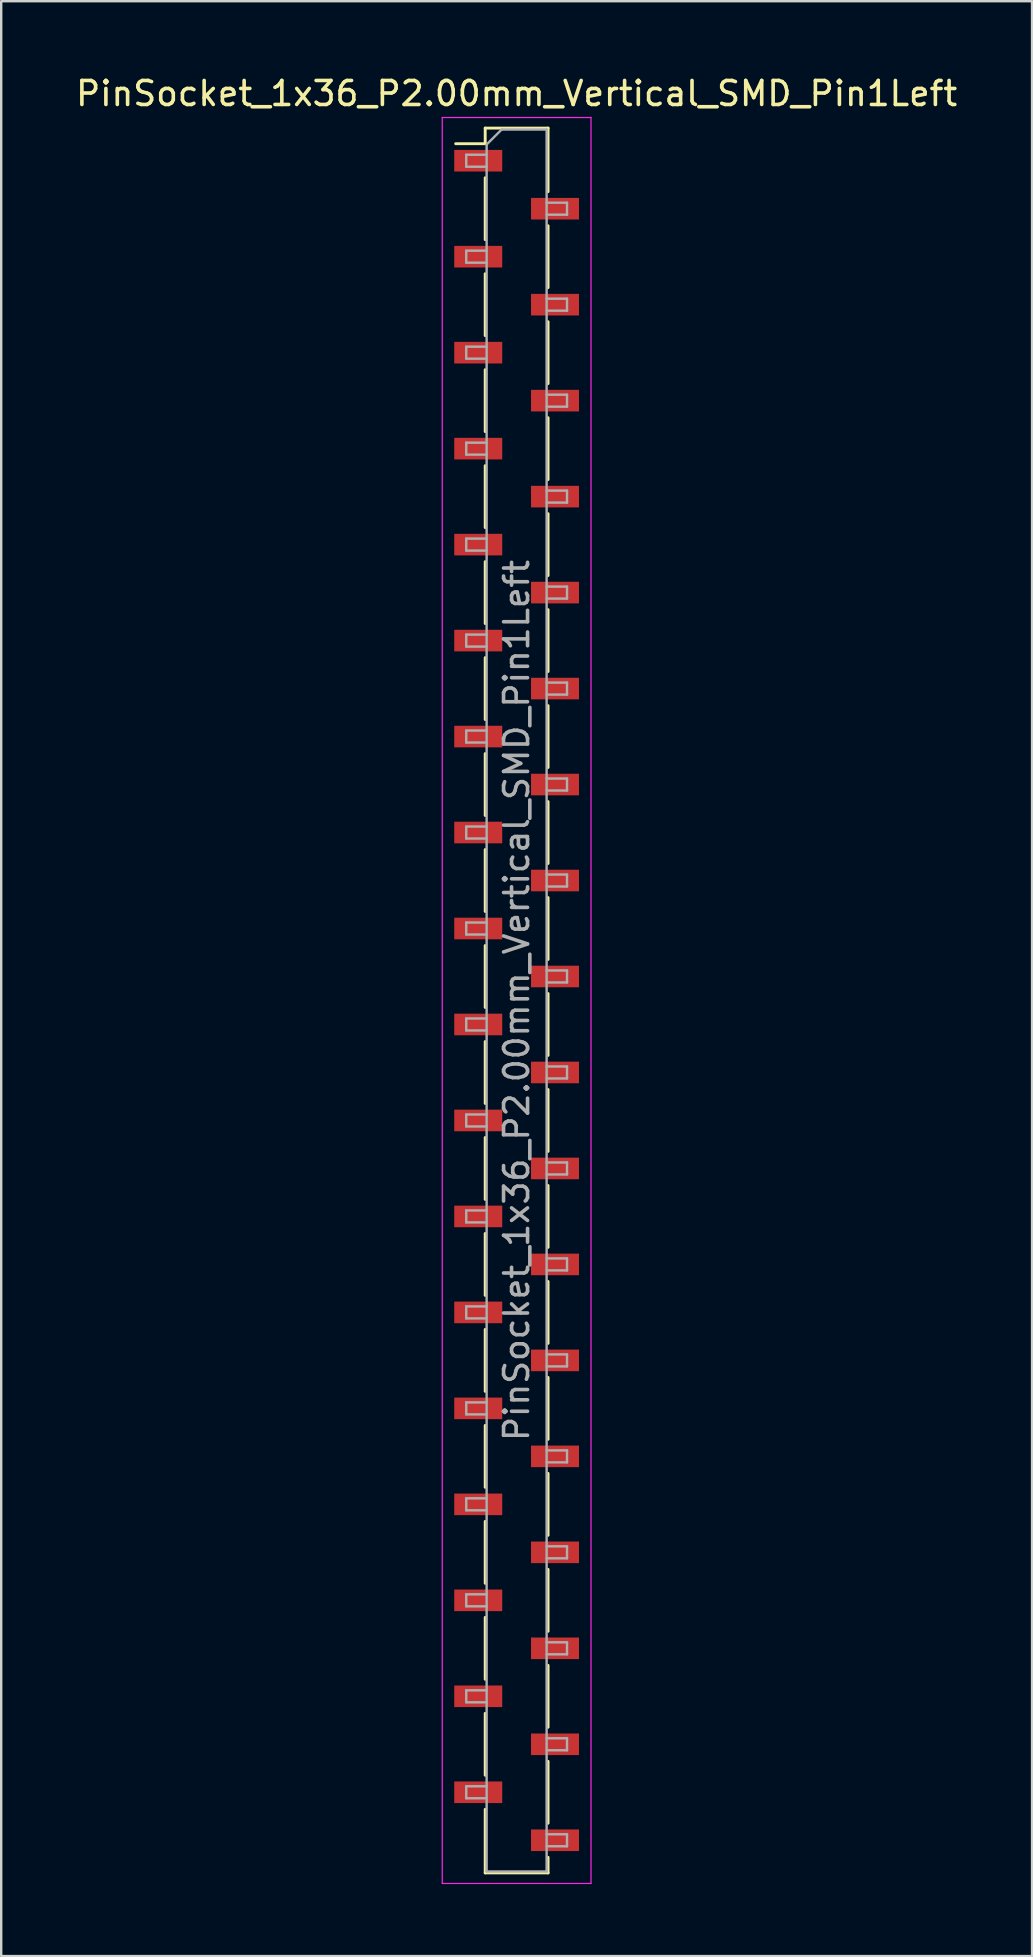
<source format=kicad_pcb>
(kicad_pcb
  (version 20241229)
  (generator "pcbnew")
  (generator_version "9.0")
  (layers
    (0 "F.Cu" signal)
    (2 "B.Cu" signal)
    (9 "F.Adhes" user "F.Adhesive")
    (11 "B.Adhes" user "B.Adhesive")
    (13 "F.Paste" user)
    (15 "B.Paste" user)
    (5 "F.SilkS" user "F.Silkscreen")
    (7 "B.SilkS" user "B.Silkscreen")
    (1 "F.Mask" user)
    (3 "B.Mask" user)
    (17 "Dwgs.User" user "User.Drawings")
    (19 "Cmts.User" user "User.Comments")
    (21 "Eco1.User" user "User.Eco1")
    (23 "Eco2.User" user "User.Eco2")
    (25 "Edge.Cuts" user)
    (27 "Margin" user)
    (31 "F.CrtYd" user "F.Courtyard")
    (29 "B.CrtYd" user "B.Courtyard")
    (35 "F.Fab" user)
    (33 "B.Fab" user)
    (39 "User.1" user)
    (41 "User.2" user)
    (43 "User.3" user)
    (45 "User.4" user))
  (footprint "PinSocket_1x36_P2.00mm_Vertical_SMD_Pin1Left"
    (layer "F.Cu")
    (at 18.482 38.648)
    (property "Reference" "PinSocket_1x36_P2.00mm_Vertical_SMD_Pin1Left" (at 0 -37.8 0) (layer "F.SilkS") (effects (font (size 1 1) (thickness 0.15))))
    (attr smd)
    (fp_line (start -2.54 -35.71) (end -1.31 -35.71) (stroke (width 0.12) (type solid)) (layer "F.SilkS"))
    (fp_line (start -1.31 -36.36) (end -1.31 -35.71) (stroke (width 0.12) (type solid)) (layer "F.SilkS"))
    (fp_line (start -1.31 -36.36) (end 1.31 -36.36) (stroke (width 0.12) (type solid)) (layer "F.SilkS"))
    (fp_line (start -1.31 -34.29) (end -1.31 -31.71) (stroke (width 0.12) (type solid)) (layer "F.SilkS"))
    (fp_line (start -1.31 -30.29) (end -1.31 -27.71) (stroke (width 0.12) (type solid)) (layer "F.SilkS"))
    (fp_line (start -1.31 -26.29) (end -1.31 -23.71) (stroke (width 0.12) (type solid)) (layer "F.SilkS"))
    (fp_line (start -1.31 -22.29) (end -1.31 -19.71) (stroke (width 0.12) (type solid)) (layer "F.SilkS"))
    (fp_line (start -1.31 -18.29) (end -1.31 -15.71) (stroke (width 0.12) (type solid)) (layer "F.SilkS"))
    (fp_line (start -1.31 -14.29) (end -1.31 -11.71) (stroke (width 0.12) (type solid)) (layer "F.SilkS"))
    (fp_line (start -1.31 -10.29) (end -1.31 -7.71) (stroke (width 0.12) (type solid)) (layer "F.SilkS"))
    (fp_line (start -1.31 -6.29) (end -1.31 -3.71) (stroke (width 0.12) (type solid)) (layer "F.SilkS"))
    (fp_line (start -1.31 -2.29) (end -1.31 0.29) (stroke (width 0.12) (type solid)) (layer "F.SilkS"))
    (fp_line (start -1.31 1.71) (end -1.31 4.29) (stroke (width 0.12) (type solid)) (layer "F.SilkS"))
    (fp_line (start -1.31 5.71) (end -1.31 8.29) (stroke (width 0.12) (type solid)) (layer "F.SilkS"))
    (fp_line (start -1.31 9.71) (end -1.31 12.29) (stroke (width 0.12) (type solid)) (layer "F.SilkS"))
    (fp_line (start -1.31 13.71) (end -1.31 16.29) (stroke (width 0.12) (type solid)) (layer "F.SilkS"))
    (fp_line (start -1.31 17.71) (end -1.31 20.29) (stroke (width 0.12) (type solid)) (layer "F.SilkS"))
    (fp_line (start -1.31 21.71) (end -1.31 24.29) (stroke (width 0.12) (type solid)) (layer "F.SilkS"))
    (fp_line (start -1.31 25.71) (end -1.31 28.29) (stroke (width 0.12) (type solid)) (layer "F.SilkS"))
    (fp_line (start -1.31 29.71) (end -1.31 32.29) (stroke (width 0.12) (type solid)) (layer "F.SilkS"))
    (fp_line (start -1.31 33.71) (end -1.31 36.36) (stroke (width 0.12) (type solid)) (layer "F.SilkS"))
    (fp_line (start -1.31 36.36) (end 1.31 36.36) (stroke (width 0.12) (type solid)) (layer "F.SilkS"))
    (fp_line (start 1.31 -36.36) (end 1.31 -33.71) (stroke (width 0.12) (type solid)) (layer "F.SilkS"))
    (fp_line (start 1.31 -32.29) (end 1.31 -29.71) (stroke (width 0.12) (type solid)) (layer "F.SilkS"))
    (fp_line (start 1.31 -28.29) (end 1.31 -25.71) (stroke (width 0.12) (type solid)) (layer "F.SilkS"))
    (fp_line (start 1.31 -24.29) (end 1.31 -21.71) (stroke (width 0.12) (type solid)) (layer "F.SilkS"))
    (fp_line (start 1.31 -20.29) (end 1.31 -17.71) (stroke (width 0.12) (type solid)) (layer "F.SilkS"))
    (fp_line (start 1.31 -16.29) (end 1.31 -13.71) (stroke (width 0.12) (type solid)) (layer "F.SilkS"))
    (fp_line (start 1.31 -12.29) (end 1.31 -9.71) (stroke (width 0.12) (type solid)) (layer "F.SilkS"))
    (fp_line (start 1.31 -8.29) (end 1.31 -5.71) (stroke (width 0.12) (type solid)) (layer "F.SilkS"))
    (fp_line (start 1.31 -4.29) (end 1.31 -1.71) (stroke (width 0.12) (type solid)) (layer "F.SilkS"))
    (fp_line (start 1.31 -0.29) (end 1.31 2.29) (stroke (width 0.12) (type solid)) (layer "F.SilkS"))
    (fp_line (start 1.31 3.71) (end 1.31 6.29) (stroke (width 0.12) (type solid)) (layer "F.SilkS"))
    (fp_line (start 1.31 7.71) (end 1.31 10.29) (stroke (width 0.12) (type solid)) (layer "F.SilkS"))
    (fp_line (start 1.31 11.71) (end 1.31 14.29) (stroke (width 0.12) (type solid)) (layer "F.SilkS"))
    (fp_line (start 1.31 15.71) (end 1.31 18.29) (stroke (width 0.12) (type solid)) (layer "F.SilkS"))
    (fp_line (start 1.31 19.71) (end 1.31 22.29) (stroke (width 0.12) (type solid)) (layer "F.SilkS"))
    (fp_line (start 1.31 23.71) (end 1.31 26.29) (stroke (width 0.12) (type solid)) (layer "F.SilkS"))
    (fp_line (start 1.31 27.71) (end 1.31 30.29) (stroke (width 0.12) (type solid)) (layer "F.SilkS"))
    (fp_line (start 1.31 31.71) (end 1.31 34.29) (stroke (width 0.12) (type solid)) (layer "F.SilkS"))
    (fp_line (start 1.31 35.71) (end 1.31 36.36) (stroke (width 0.12) (type solid)) (layer "F.SilkS"))
    (fp_line (start -3.1 -36.8) (end 3.1 -36.8) (stroke (width 0.05) (type solid)) (layer "F.CrtYd"))
    (fp_line (start -3.1 36.8) (end -3.1 -36.8) (stroke (width 0.05) (type solid)) (layer "F.CrtYd"))
    (fp_line (start 3.1 -36.8) (end 3.1 36.8) (stroke (width 0.05) (type solid)) (layer "F.CrtYd"))
    (fp_line (start 3.1 36.8) (end -3.1 36.8) (stroke (width 0.05) (type solid)) (layer "F.CrtYd"))
    (fp_line (start -2.1 -35.25) (end -1.25 -35.25) (stroke (width 0.1) (type solid)) (layer "F.Fab"))
    (fp_line (start -2.1 -34.75) (end -2.1 -35.25) (stroke (width 0.1) (type solid)) (layer "F.Fab"))
    (fp_line (start -2.1 -31.25) (end -1.25 -31.25) (stroke (width 0.1) (type solid)) (layer "F.Fab"))
    (fp_line (start -2.1 -30.75) (end -2.1 -31.25) (stroke (width 0.1) (type solid)) (layer "F.Fab"))
    (fp_line (start -2.1 -27.25) (end -1.25 -27.25) (stroke (width 0.1) (type solid)) (layer "F.Fab"))
    (fp_line (start -2.1 -26.75) (end -2.1 -27.25) (stroke (width 0.1) (type solid)) (layer "F.Fab"))
    (fp_line (start -2.1 -23.25) (end -1.25 -23.25) (stroke (width 0.1) (type solid)) (layer "F.Fab"))
    (fp_line (start -2.1 -22.75) (end -2.1 -23.25) (stroke (width 0.1) (type solid)) (layer "F.Fab"))
    (fp_line (start -2.1 -19.25) (end -1.25 -19.25) (stroke (width 0.1) (type solid)) (layer "F.Fab"))
    (fp_line (start -2.1 -18.75) (end -2.1 -19.25) (stroke (width 0.1) (type solid)) (layer "F.Fab"))
    (fp_line (start -2.1 -15.25) (end -1.25 -15.25) (stroke (width 0.1) (type solid)) (layer "F.Fab"))
    (fp_line (start -2.1 -14.75) (end -2.1 -15.25) (stroke (width 0.1) (type solid)) (layer "F.Fab"))
    (fp_line (start -2.1 -11.25) (end -1.25 -11.25) (stroke (width 0.1) (type solid)) (layer "F.Fab"))
    (fp_line (start -2.1 -10.75) (end -2.1 -11.25) (stroke (width 0.1) (type solid)) (layer "F.Fab"))
    (fp_line (start -2.1 -7.25) (end -1.25 -7.25) (stroke (width 0.1) (type solid)) (layer "F.Fab"))
    (fp_line (start -2.1 -6.75) (end -2.1 -7.25) (stroke (width 0.1) (type solid)) (layer "F.Fab"))
    (fp_line (start -2.1 -3.25) (end -1.25 -3.25) (stroke (width 0.1) (type solid)) (layer "F.Fab"))
    (fp_line (start -2.1 -2.75) (end -2.1 -3.25) (stroke (width 0.1) (type solid)) (layer "F.Fab"))
    (fp_line (start -2.1 0.75) (end -1.25 0.75) (stroke (width 0.1) (type solid)) (layer "F.Fab"))
    (fp_line (start -2.1 1.25) (end -2.1 0.75) (stroke (width 0.1) (type solid)) (layer "F.Fab"))
    (fp_line (start -2.1 4.75) (end -1.25 4.75) (stroke (width 0.1) (type solid)) (layer "F.Fab"))
    (fp_line (start -2.1 5.25) (end -2.1 4.75) (stroke (width 0.1) (type solid)) (layer "F.Fab"))
    (fp_line (start -2.1 8.75) (end -1.25 8.75) (stroke (width 0.1) (type solid)) (layer "F.Fab"))
    (fp_line (start -2.1 9.25) (end -2.1 8.75) (stroke (width 0.1) (type solid)) (layer "F.Fab"))
    (fp_line (start -2.1 12.75) (end -1.25 12.75) (stroke (width 0.1) (type solid)) (layer "F.Fab"))
    (fp_line (start -2.1 13.25) (end -2.1 12.75) (stroke (width 0.1) (type solid)) (layer "F.Fab"))
    (fp_line (start -2.1 16.75) (end -1.25 16.75) (stroke (width 0.1) (type solid)) (layer "F.Fab"))
    (fp_line (start -2.1 17.25) (end -2.1 16.75) (stroke (width 0.1) (type solid)) (layer "F.Fab"))
    (fp_line (start -2.1 20.75) (end -1.25 20.75) (stroke (width 0.1) (type solid)) (layer "F.Fab"))
    (fp_line (start -2.1 21.25) (end -2.1 20.75) (stroke (width 0.1) (type solid)) (layer "F.Fab"))
    (fp_line (start -2.1 24.75) (end -1.25 24.75) (stroke (width 0.1) (type solid)) (layer "F.Fab"))
    (fp_line (start -2.1 25.25) (end -2.1 24.75) (stroke (width 0.1) (type solid)) (layer "F.Fab"))
    (fp_line (start -2.1 28.75) (end -1.25 28.75) (stroke (width 0.1) (type solid)) (layer "F.Fab"))
    (fp_line (start -2.1 29.25) (end -2.1 28.75) (stroke (width 0.1) (type solid)) (layer "F.Fab"))
    (fp_line (start -2.1 32.75) (end -1.25 32.75) (stroke (width 0.1) (type solid)) (layer "F.Fab"))
    (fp_line (start -2.1 33.25) (end -2.1 32.75) (stroke (width 0.1) (type solid)) (layer "F.Fab"))
    (fp_line (start -1.25 -35.675) (end -0.625 -36.3) (stroke (width 0.1) (type solid)) (layer "F.Fab"))
    (fp_line (start -1.25 -34.75) (end -2.1 -34.75) (stroke (width 0.1) (type solid)) (layer "F.Fab"))
    (fp_line (start -1.25 -30.75) (end -2.1 -30.75) (stroke (width 0.1) (type solid)) (layer "F.Fab"))
    (fp_line (start -1.25 -26.75) (end -2.1 -26.75) (stroke (width 0.1) (type solid)) (layer "F.Fab"))
    (fp_line (start -1.25 -22.75) (end -2.1 -22.75) (stroke (width 0.1) (type solid)) (layer "F.Fab"))
    (fp_line (start -1.25 -18.75) (end -2.1 -18.75) (stroke (width 0.1) (type solid)) (layer "F.Fab"))
    (fp_line (start -1.25 -14.75) (end -2.1 -14.75) (stroke (width 0.1) (type solid)) (layer "F.Fab"))
    (fp_line (start -1.25 -10.75) (end -2.1 -10.75) (stroke (width 0.1) (type solid)) (layer "F.Fab"))
    (fp_line (start -1.25 -6.75) (end -2.1 -6.75) (stroke (width 0.1) (type solid)) (layer "F.Fab"))
    (fp_line (start -1.25 -2.75) (end -2.1 -2.75) (stroke (width 0.1) (type solid)) (layer "F.Fab"))
    (fp_line (start -1.25 1.25) (end -2.1 1.25) (stroke (width 0.1) (type solid)) (layer "F.Fab"))
    (fp_line (start -1.25 5.25) (end -2.1 5.25) (stroke (width 0.1) (type solid)) (layer "F.Fab"))
    (fp_line (start -1.25 9.25) (end -2.1 9.25) (stroke (width 0.1) (type solid)) (layer "F.Fab"))
    (fp_line (start -1.25 13.25) (end -2.1 13.25) (stroke (width 0.1) (type solid)) (layer "F.Fab"))
    (fp_line (start -1.25 17.25) (end -2.1 17.25) (stroke (width 0.1) (type solid)) (layer "F.Fab"))
    (fp_line (start -1.25 21.25) (end -2.1 21.25) (stroke (width 0.1) (type solid)) (layer "F.Fab"))
    (fp_line (start -1.25 25.25) (end -2.1 25.25) (stroke (width 0.1) (type solid)) (layer "F.Fab"))
    (fp_line (start -1.25 29.25) (end -2.1 29.25) (stroke (width 0.1) (type solid)) (layer "F.Fab"))
    (fp_line (start -1.25 33.25) (end -2.1 33.25) (stroke (width 0.1) (type solid)) (layer "F.Fab"))
    (fp_line (start -1.25 36.3) (end -1.25 -35.675) (stroke (width 0.1) (type solid)) (layer "F.Fab"))
    (fp_line (start -0.625 -36.3) (end 1.25 -36.3) (stroke (width 0.1) (type solid)) (layer "F.Fab"))
    (fp_line (start 1.25 -36.3) (end 1.25 36.3) (stroke (width 0.1) (type solid)) (layer "F.Fab"))
    (fp_line (start 1.25 -33.25) (end 2.1 -33.25) (stroke (width 0.1) (type solid)) (layer "F.Fab"))
    (fp_line (start 1.25 -29.25) (end 2.1 -29.25) (stroke (width 0.1) (type solid)) (layer "F.Fab"))
    (fp_line (start 1.25 -25.25) (end 2.1 -25.25) (stroke (width 0.1) (type solid)) (layer "F.Fab"))
    (fp_line (start 1.25 -21.25) (end 2.1 -21.25) (stroke (width 0.1) (type solid)) (layer "F.Fab"))
    (fp_line (start 1.25 -17.25) (end 2.1 -17.25) (stroke (width 0.1) (type solid)) (layer "F.Fab"))
    (fp_line (start 1.25 -13.25) (end 2.1 -13.25) (stroke (width 0.1) (type solid)) (layer "F.Fab"))
    (fp_line (start 1.25 -9.25) (end 2.1 -9.25) (stroke (width 0.1) (type solid)) (layer "F.Fab"))
    (fp_line (start 1.25 -5.25) (end 2.1 -5.25) (stroke (width 0.1) (type solid)) (layer "F.Fab"))
    (fp_line (start 1.25 -1.25) (end 2.1 -1.25) (stroke (width 0.1) (type solid)) (layer "F.Fab"))
    (fp_line (start 1.25 2.75) (end 2.1 2.75) (stroke (width 0.1) (type solid)) (layer "F.Fab"))
    (fp_line (start 1.25 6.75) (end 2.1 6.75) (stroke (width 0.1) (type solid)) (layer "F.Fab"))
    (fp_line (start 1.25 10.75) (end 2.1 10.75) (stroke (width 0.1) (type solid)) (layer "F.Fab"))
    (fp_line (start 1.25 14.75) (end 2.1 14.75) (stroke (width 0.1) (type solid)) (layer "F.Fab"))
    (fp_line (start 1.25 18.75) (end 2.1 18.75) (stroke (width 0.1) (type solid)) (layer "F.Fab"))
    (fp_line (start 1.25 22.75) (end 2.1 22.75) (stroke (width 0.1) (type solid)) (layer "F.Fab"))
    (fp_line (start 1.25 26.75) (end 2.1 26.75) (stroke (width 0.1) (type solid)) (layer "F.Fab"))
    (fp_line (start 1.25 30.75) (end 2.1 30.75) (stroke (width 0.1) (type solid)) (layer "F.Fab"))
    (fp_line (start 1.25 34.75) (end 2.1 34.75) (stroke (width 0.1) (type solid)) (layer "F.Fab"))
    (fp_line (start 1.25 36.3) (end -1.25 36.3) (stroke (width 0.1) (type solid)) (layer "F.Fab"))
    (fp_line (start 2.1 -33.25) (end 2.1 -32.75) (stroke (width 0.1) (type solid)) (layer "F.Fab"))
    (fp_line (start 2.1 -32.75) (end 1.25 -32.75) (stroke (width 0.1) (type solid)) (layer "F.Fab"))
    (fp_line (start 2.1 -29.25) (end 2.1 -28.75) (stroke (width 0.1) (type solid)) (layer "F.Fab"))
    (fp_line (start 2.1 -28.75) (end 1.25 -28.75) (stroke (width 0.1) (type solid)) (layer "F.Fab"))
    (fp_line (start 2.1 -25.25) (end 2.1 -24.75) (stroke (width 0.1) (type solid)) (layer "F.Fab"))
    (fp_line (start 2.1 -24.75) (end 1.25 -24.75) (stroke (width 0.1) (type solid)) (layer "F.Fab"))
    (fp_line (start 2.1 -21.25) (end 2.1 -20.75) (stroke (width 0.1) (type solid)) (layer "F.Fab"))
    (fp_line (start 2.1 -20.75) (end 1.25 -20.75) (stroke (width 0.1) (type solid)) (layer "F.Fab"))
    (fp_line (start 2.1 -17.25) (end 2.1 -16.75) (stroke (width 0.1) (type solid)) (layer "F.Fab"))
    (fp_line (start 2.1 -16.75) (end 1.25 -16.75) (stroke (width 0.1) (type solid)) (layer "F.Fab"))
    (fp_line (start 2.1 -13.25) (end 2.1 -12.75) (stroke (width 0.1) (type solid)) (layer "F.Fab"))
    (fp_line (start 2.1 -12.75) (end 1.25 -12.75) (stroke (width 0.1) (type solid)) (layer "F.Fab"))
    (fp_line (start 2.1 -9.25) (end 2.1 -8.75) (stroke (width 0.1) (type solid)) (layer "F.Fab"))
    (fp_line (start 2.1 -8.75) (end 1.25 -8.75) (stroke (width 0.1) (type solid)) (layer "F.Fab"))
    (fp_line (start 2.1 -5.25) (end 2.1 -4.75) (stroke (width 0.1) (type solid)) (layer "F.Fab"))
    (fp_line (start 2.1 -4.75) (end 1.25 -4.75) (stroke (width 0.1) (type solid)) (layer "F.Fab"))
    (fp_line (start 2.1 -1.25) (end 2.1 -0.75) (stroke (width 0.1) (type solid)) (layer "F.Fab"))
    (fp_line (start 2.1 -0.75) (end 1.25 -0.75) (stroke (width 0.1) (type solid)) (layer "F.Fab"))
    (fp_line (start 2.1 2.75) (end 2.1 3.25) (stroke (width 0.1) (type solid)) (layer "F.Fab"))
    (fp_line (start 2.1 3.25) (end 1.25 3.25) (stroke (width 0.1) (type solid)) (layer "F.Fab"))
    (fp_line (start 2.1 6.75) (end 2.1 7.25) (stroke (width 0.1) (type solid)) (layer "F.Fab"))
    (fp_line (start 2.1 7.25) (end 1.25 7.25) (stroke (width 0.1) (type solid)) (layer "F.Fab"))
    (fp_line (start 2.1 10.75) (end 2.1 11.25) (stroke (width 0.1) (type solid)) (layer "F.Fab"))
    (fp_line (start 2.1 11.25) (end 1.25 11.25) (stroke (width 0.1) (type solid)) (layer "F.Fab"))
    (fp_line (start 2.1 14.75) (end 2.1 15.25) (stroke (width 0.1) (type solid)) (layer "F.Fab"))
    (fp_line (start 2.1 15.25) (end 1.25 15.25) (stroke (width 0.1) (type solid)) (layer "F.Fab"))
    (fp_line (start 2.1 18.75) (end 2.1 19.25) (stroke (width 0.1) (type solid)) (layer "F.Fab"))
    (fp_line (start 2.1 19.25) (end 1.25 19.25) (stroke (width 0.1) (type solid)) (layer "F.Fab"))
    (fp_line (start 2.1 22.75) (end 2.1 23.25) (stroke (width 0.1) (type solid)) (layer "F.Fab"))
    (fp_line (start 2.1 23.25) (end 1.25 23.25) (stroke (width 0.1) (type solid)) (layer "F.Fab"))
    (fp_line (start 2.1 26.75) (end 2.1 27.25) (stroke (width 0.1) (type solid)) (layer "F.Fab"))
    (fp_line (start 2.1 27.25) (end 1.25 27.25) (stroke (width 0.1) (type solid)) (layer "F.Fab"))
    (fp_line (start 2.1 30.75) (end 2.1 31.25) (stroke (width 0.1) (type solid)) (layer "F.Fab"))
    (fp_line (start 2.1 31.25) (end 1.25 31.25) (stroke (width 0.1) (type solid)) (layer "F.Fab"))
    (fp_line (start 2.1 34.75) (end 2.1 35.25) (stroke (width 0.1) (type solid)) (layer "F.Fab"))
    (fp_line (start 2.1 35.25) (end 1.25 35.25) (stroke (width 0.1) (type solid)) (layer "F.Fab"))
    (fp_text user "${REFERENCE}" (at 0 0 90) (layer "F.Fab") (effects (font (size 1 1) (thickness 0.15))))
    (pad "1" smd rect (at -1.6 -35) (size 2 0.9) (layers "F.Cu" "F.Mask" "F.Paste"))
    (pad "2" smd rect (at 1.6 -33) (size 2 0.9) (layers "F.Cu" "F.Mask" "F.Paste"))
    (pad "3" smd rect (at -1.6 -31) (size 2 0.9) (layers "F.Cu" "F.Mask" "F.Paste"))
    (pad "4" smd rect (at 1.6 -29) (size 2 0.9) (layers "F.Cu" "F.Mask" "F.Paste"))
    (pad "5" smd rect (at -1.6 -27) (size 2 0.9) (layers "F.Cu" "F.Mask" "F.Paste"))
    (pad "6" smd rect (at 1.6 -25) (size 2 0.9) (layers "F.Cu" "F.Mask" "F.Paste"))
    (pad "7" smd rect (at -1.6 -23) (size 2 0.9) (layers "F.Cu" "F.Mask" "F.Paste"))
    (pad "8" smd rect (at 1.6 -21) (size 2 0.9) (layers "F.Cu" "F.Mask" "F.Paste"))
    (pad "9" smd rect (at -1.6 -19) (size 2 0.9) (layers "F.Cu" "F.Mask" "F.Paste"))
    (pad "10" smd rect (at 1.6 -17) (size 2 0.9) (layers "F.Cu" "F.Mask" "F.Paste"))
    (pad "11" smd rect (at -1.6 -15) (size 2 0.9) (layers "F.Cu" "F.Mask" "F.Paste"))
    (pad "12" smd rect (at 1.6 -13) (size 2 0.9) (layers "F.Cu" "F.Mask" "F.Paste"))
    (pad "13" smd rect (at -1.6 -11) (size 2 0.9) (layers "F.Cu" "F.Mask" "F.Paste"))
    (pad "14" smd rect (at 1.6 -9) (size 2 0.9) (layers "F.Cu" "F.Mask" "F.Paste"))
    (pad "15" smd rect (at -1.6 -7) (size 2 0.9) (layers "F.Cu" "F.Mask" "F.Paste"))
    (pad "16" smd rect (at 1.6 -5) (size 2 0.9) (layers "F.Cu" "F.Mask" "F.Paste"))
    (pad "17" smd rect (at -1.6 -3) (size 2 0.9) (layers "F.Cu" "F.Mask" "F.Paste"))
    (pad "18" smd rect (at 1.6 -1) (size 2 0.9) (layers "F.Cu" "F.Mask" "F.Paste"))
    (pad "19" smd rect (at -1.6 1) (size 2 0.9) (layers "F.Cu" "F.Mask" "F.Paste"))
    (pad "20" smd rect (at 1.6 3) (size 2 0.9) (layers "F.Cu" "F.Mask" "F.Paste"))
    (pad "21" smd rect (at -1.6 5) (size 2 0.9) (layers "F.Cu" "F.Mask" "F.Paste"))
    (pad "22" smd rect (at 1.6 7) (size 2 0.9) (layers "F.Cu" "F.Mask" "F.Paste"))
    (pad "23" smd rect (at -1.6 9) (size 2 0.9) (layers "F.Cu" "F.Mask" "F.Paste"))
    (pad "24" smd rect (at 1.6 11) (size 2 0.9) (layers "F.Cu" "F.Mask" "F.Paste"))
    (pad "25" smd rect (at -1.6 13) (size 2 0.9) (layers "F.Cu" "F.Mask" "F.Paste"))
    (pad "26" smd rect (at 1.6 15) (size 2 0.9) (layers "F.Cu" "F.Mask" "F.Paste"))
    (pad "27" smd rect (at -1.6 17) (size 2 0.9) (layers "F.Cu" "F.Mask" "F.Paste"))
    (pad "28" smd rect (at 1.6 19) (size 2 0.9) (layers "F.Cu" "F.Mask" "F.Paste"))
    (pad "29" smd rect (at -1.6 21) (size 2 0.9) (layers "F.Cu" "F.Mask" "F.Paste"))
    (pad "30" smd rect (at 1.6 23) (size 2 0.9) (layers "F.Cu" "F.Mask" "F.Paste"))
    (pad "31" smd rect (at -1.6 25) (size 2 0.9) (layers "F.Cu" "F.Mask" "F.Paste"))
    (pad "32" smd rect (at 1.6 27) (size 2 0.9) (layers "F.Cu" "F.Mask" "F.Paste"))
    (pad "33" smd rect (at -1.6 29) (size 2 0.9) (layers "F.Cu" "F.Mask" "F.Paste"))
    (pad "34" smd rect (at 1.6 31) (size 2 0.9) (layers "F.Cu" "F.Mask" "F.Paste"))
    (pad "35" smd rect (at -1.6 33) (size 2 0.9) (layers "F.Cu" "F.Mask" "F.Paste"))
    (pad "36" smd rect (at 1.6 35) (size 2 0.9) (layers "F.Cu" "F.Mask" "F.Paste")))
  (gr_rect
    (start -3 -3)
    (end 39.964 78.473)
    (stroke (width 0.1) (type default))
    (fill no)
    (layer "Edge.Cuts")))
</source>
